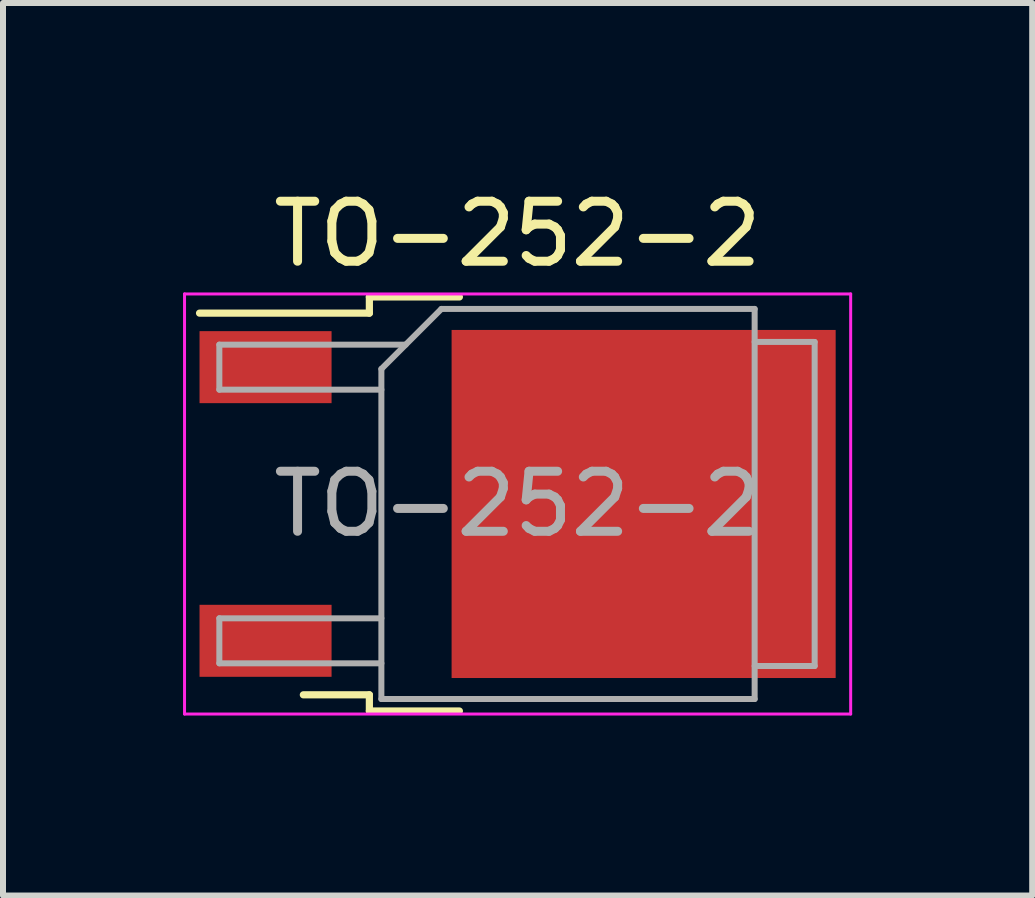
<source format=kicad_pcb>
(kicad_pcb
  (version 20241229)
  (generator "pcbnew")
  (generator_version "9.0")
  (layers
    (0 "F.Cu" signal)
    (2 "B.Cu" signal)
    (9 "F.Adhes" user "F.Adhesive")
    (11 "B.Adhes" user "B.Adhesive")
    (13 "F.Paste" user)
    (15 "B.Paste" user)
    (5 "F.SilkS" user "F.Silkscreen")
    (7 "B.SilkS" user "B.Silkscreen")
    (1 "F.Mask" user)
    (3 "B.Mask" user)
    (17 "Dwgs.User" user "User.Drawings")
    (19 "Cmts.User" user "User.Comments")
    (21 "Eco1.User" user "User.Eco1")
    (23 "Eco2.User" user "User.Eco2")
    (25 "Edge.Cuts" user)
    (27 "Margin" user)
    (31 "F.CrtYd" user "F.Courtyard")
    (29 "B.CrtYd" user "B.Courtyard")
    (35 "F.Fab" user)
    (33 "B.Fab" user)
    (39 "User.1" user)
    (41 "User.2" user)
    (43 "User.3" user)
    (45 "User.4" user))
  (footprint "TO-252-2"
    (layer "F.Cu")
    (at 5.575 5.348)
    (property "Reference" "TO-252-2" (at 0 -4.5 180) (layer "F.SilkS") (effects (font (size 1 1) (thickness 0.15))))
    (attr smd)
    (fp_line (start -2.47 -3.45) (end -2.47 -3.18) (stroke (width 0.12) (type solid)) (layer "F.SilkS"))
    (fp_line (start -2.47 -3.18) (end -5.3 -3.18) (stroke (width 0.12) (type solid)) (layer "F.SilkS"))
    (fp_line (start -2.47 3.18) (end -3.57 3.18) (stroke (width 0.12) (type solid)) (layer "F.SilkS"))
    (fp_line (start -2.47 3.45) (end -2.47 3.18) (stroke (width 0.12) (type solid)) (layer "F.SilkS"))
    (fp_line (start -0.97 -3.45) (end -2.47 -3.45) (stroke (width 0.12) (type solid)) (layer "F.SilkS"))
    (fp_line (start -0.97 3.45) (end -2.47 3.45) (stroke (width 0.12) (type solid)) (layer "F.SilkS"))
    (fp_line (start -5.55 -3.5) (end -5.55 3.5) (stroke (width 0.05) (type solid)) (layer "F.CrtYd"))
    (fp_line (start -5.55 3.5) (end 5.55 3.5) (stroke (width 0.05) (type solid)) (layer "F.CrtYd"))
    (fp_line (start 5.55 -3.5) (end -5.55 -3.5) (stroke (width 0.05) (type solid)) (layer "F.CrtYd"))
    (fp_line (start 5.55 3.5) (end 5.55 -3.5) (stroke (width 0.05) (type solid)) (layer "F.CrtYd"))
    (fp_line (start -4.97 -2.655) (end -4.97 -1.905) (stroke (width 0.1) (type solid)) (layer "F.Fab"))
    (fp_line (start -4.97 -1.905) (end -2.27 -1.905) (stroke (width 0.1) (type solid)) (layer "F.Fab"))
    (fp_line (start -4.97 1.905) (end -4.97 2.655) (stroke (width 0.1) (type solid)) (layer "F.Fab"))
    (fp_line (start -4.97 2.655) (end -2.27 2.655) (stroke (width 0.1) (type solid)) (layer "F.Fab"))
    (fp_line (start -2.27 -2.25) (end -1.27 -3.25) (stroke (width 0.1) (type solid)) (layer "F.Fab"))
    (fp_line (start -2.27 1.905) (end -4.97 1.905) (stroke (width 0.1) (type solid)) (layer "F.Fab"))
    (fp_line (start -2.27 3.25) (end -2.27 -2.25) (stroke (width 0.1) (type solid)) (layer "F.Fab"))
    (fp_line (start -1.865 -2.655) (end -4.97 -2.655) (stroke (width 0.1) (type solid)) (layer "F.Fab"))
    (fp_line (start -1.27 -3.25) (end 3.95 -3.25) (stroke (width 0.1) (type solid)) (layer "F.Fab"))
    (fp_line (start 3.95 -3.25) (end 3.95 3.25) (stroke (width 0.1) (type solid)) (layer "F.Fab"))
    (fp_line (start 3.95 -2.7) (end 4.95 -2.7) (stroke (width 0.1) (type solid)) (layer "F.Fab"))
    (fp_line (start 3.95 3.25) (end -2.27 3.25) (stroke (width 0.1) (type solid)) (layer "F.Fab"))
    (fp_line (start 4.95 -2.7) (end 4.95 2.7) (stroke (width 0.1) (type solid)) (layer "F.Fab"))
    (fp_line (start 4.95 2.7) (end 3.95 2.7) (stroke (width 0.1) (type solid)) (layer "F.Fab"))
    (fp_text user "${REFERENCE}" (at 0 0 180) (layer "F.Fab") (effects (font (size 1 1) (thickness 0.15))))
    (pad "" smd rect (at 0.425 -1.525) (size 3.05 2.75) (layers "F.Paste"))
    (pad "" smd rect (at 0.425 1.525) (size 3.05 2.75) (layers "F.Paste"))
    (pad "" smd rect (at 3.775 -1.525) (size 3.05 2.75) (layers "F.Paste"))
    (pad "" smd rect (at 3.775 1.525) (size 3.05 2.75) (layers "F.Paste"))
    (pad "1" smd rect (at -4.2 -2.28) (size 2.2 1.2) (layers "F.Cu" "F.Mask" "F.Paste"))
    (pad "1" smd rect (at -4.2 2.28) (size 2.2 1.2) (layers "F.Cu" "F.Mask" "F.Paste"))
    (pad "2" smd rect (at 2.1 0) (size 6.4 5.8) (layers "F.Cu" "F.Mask")))
  (gr_rect
    (start -3 -3)
    (end 14.15 11.873)
    (stroke (width 0.1) (type default))
    (fill no)
    (layer "Edge.Cuts")))
</source>
